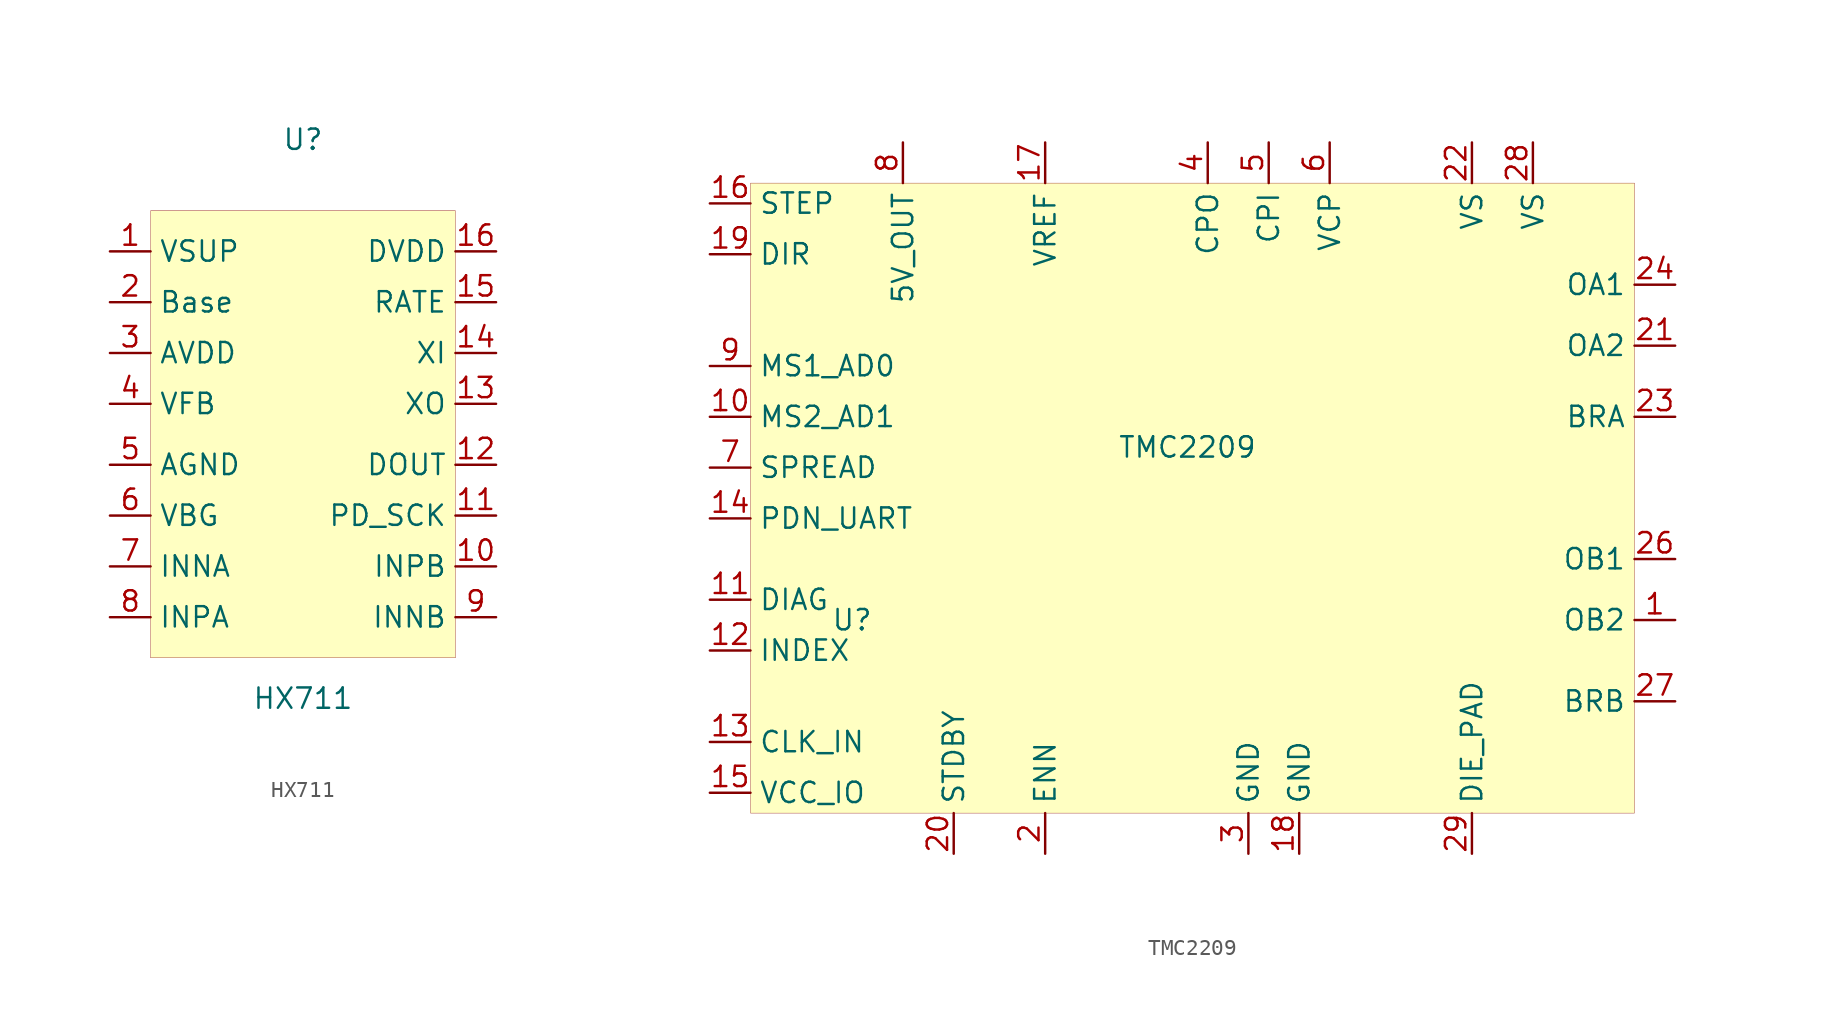
<source format=kicad_sym>
(kicad_symbol_lib
  (version 20201005)
  (generator kicad_symbol_editor)
  (symbol "Open-Switch-Tester-parts:HX711"
    (property "Reference" "U"
      (at 0 18.415 0)
      (effects (font (size 1.27 1.27))))
    (property "Value" "HX711"
      (at 0 -16.51 0)
      (effects (font (size 1.27 1.27))))
    (symbol "HX711_0_1"
      (rectangle (start -9.525 13.97) (end 9.525 -13.97) (stroke (width 0.001)) (fill (type background))))
    (symbol "HX711_1_1"
      (pin input line (at -12.065 11.43 0) (length 2.54) (name "VSUP" (effects (font (size 1.27 1.27)))) (number "1" (effects (font (size 1.27 1.27)))))
      (pin output line (at -12.065 8.255 0) (length 2.54) (name "Base" (effects (font (size 1.27 1.27)))) (number "2" (effects (font (size 1.27 1.27)))))
      (pin input line (at -12.065 5.08 0) (length 2.54) (name "AVDD" (effects (font (size 1.27 1.27)))) (number "3" (effects (font (size 1.27 1.27)))))
      (pin input line (at -12.065 1.905 0) (length 2.54) (name "VFB" (effects (font (size 1.27 1.27)))) (number "4" (effects (font (size 1.27 1.27)))))
      (pin input line (at -12.065 -1.905 0) (length 2.54) (name "AGND" (effects (font (size 1.27 1.27)))) (number "5" (effects (font (size 1.27 1.27)))))
      (pin input line (at -12.065 -5.08 0) (length 2.54) (name "VBG" (effects (font (size 1.27 1.27)))) (number "6" (effects (font (size 1.27 1.27)))))
      (pin input line (at -12.065 -8.255 0) (length 2.54) (name "INNA" (effects (font (size 1.27 1.27)))) (number "7" (effects (font (size 1.27 1.27)))))
      (pin input line (at -12.065 -11.43 0) (length 2.54) (name "INPA" (effects (font (size 1.27 1.27)))) (number "8" (effects (font (size 1.27 1.27)))))
      (pin input line (at 12.065 -11.43 180) (length 2.54) (name "INNB" (effects (font (size 1.27 1.27)))) (number "9" (effects (font (size 1.27 1.27)))))
      (pin input line (at 12.065 -8.255 180) (length 2.54) (name "INPB" (effects (font (size 1.27 1.27)))) (number "10" (effects (font (size 1.27 1.27)))))
      (pin output line (at 12.065 -5.08 180) (length 2.54) (name "PD_SCK" (effects (font (size 1.27 1.27)))) (number "11" (effects (font (size 1.27 1.27)))))
      (pin output line (at 12.065 -1.905 180) (length 2.54) (name "DOUT" (effects (font (size 1.27 1.27)))) (number "12" (effects (font (size 1.27 1.27)))))
      (pin output line (at 12.065 1.905 180) (length 2.54) (name "XO" (effects (font (size 1.27 1.27)))) (number "13" (effects (font (size 1.27 1.27)))))
      (pin output line (at 12.065 5.08 180) (length 2.54) (name "XI" (effects (font (size 1.27 1.27)))) (number "14" (effects (font (size 1.27 1.27)))))
      (pin input line (at 12.065 8.255 180) (length 2.54) (name "RATE" (effects (font (size 1.27 1.27)))) (number "15" (effects (font (size 1.27 1.27)))))
      (pin input line (at 12.065 11.43 180) (length 2.54) (name "DVDD" (effects (font (size 1.27 1.27)))) (number "16" (effects (font (size 1.27 1.27)))))))
  (symbol "Open-Switch-Tester-parts:TMC2209"
    (property "Reference" "U"
      (at -20.955 -8.255 0)
      (effects (font (size 1.27 1.27))))
    (property "Value" "TMC2209"
      (at 0 2.54 0)
      (effects (font (size 1.27 1.27))))
    (symbol "TMC2209_0_1"
      (rectangle (start -27.305 19.05) (end 27.94 -20.32) (stroke (width 0.001)) (fill (type background))))
    (symbol "TMC2209_1_1"
      (pin input line (at -29.845 17.78 0) (length 2.54) (name "STEP" (effects (font (size 1.27 1.27)))) (number "16" (effects (font (size 1.27 1.27)))))
      (pin input line (at -29.845 14.605 0) (length 2.54) (name "DIR" (effects (font (size 1.27 1.27)))) (number "19" (effects (font (size 1.27 1.27)))))
      (pin input line (at -29.845 7.62 0) (length 2.54) (name "MS1_AD0" (effects (font (size 1.27 1.27)))) (number "9" (effects (font (size 1.27 1.27)))))
      (pin input line (at -29.845 4.445 0) (length 2.54) (name "MS2_AD1" (effects (font (size 1.27 1.27)))) (number "10" (effects (font (size 1.27 1.27)))))
      (pin input line (at -29.845 1.27 0) (length 2.54) (name "SPREAD" (effects (font (size 1.27 1.27)))) (number "7" (effects (font (size 1.27 1.27)))))
      (pin input line (at -29.845 -1.905 0) (length 2.54) (name "PDN_UART" (effects (font (size 1.27 1.27)))) (number "14" (effects (font (size 1.27 1.27)))))
      (pin output line (at -29.845 -6.985 0) (length 2.54) (name "DIAG" (effects (font (size 1.27 1.27)))) (number "11" (effects (font (size 1.27 1.27)))))
      (pin output line (at -29.845 -10.16 0) (length 2.54) (name "INDEX" (effects (font (size 1.27 1.27)))) (number "12" (effects (font (size 1.27 1.27)))))
      (pin input line (at -29.845 -15.875 0) (length 2.54) (name "CLK_IN" (effects (font (size 1.27 1.27)))) (number "13" (effects (font (size 1.27 1.27)))))
      (pin input line (at -29.845 -19.05 0) (length 2.54) (name "VCC_IO" (effects (font (size 1.27 1.27)))) (number "15" (effects (font (size 1.27 1.27)))))
      (pin input line (at -14.605 -22.86 90) (length 2.54) (name "STDBY" (effects (font (size 1.27 1.27)))) (number "20" (effects (font (size 1.27 1.27)))))
      (pin input line (at -8.89 -22.86 90) (length 2.54) (name "ENN" (effects (font (size 1.27 1.27)))) (number "2" (effects (font (size 1.27 1.27)))))
      (pin input line (at 17.78 -22.86 90) (length 2.54) (name "DIE_PAD" (effects (font (size 1.27 1.27)))) (number "29" (effects (font (size 1.27 1.27)))))
      (pin input line (at 3.81 -22.86 90) (length 2.54) (name "GND" (effects (font (size 1.27 1.27)))) (number "3" (effects (font (size 1.27 1.27)))))
      (pin input line (at 6.985 -22.86 90) (length 2.54) (name "GND" (effects (font (size 1.27 1.27)))) (number "18" (effects (font (size 1.27 1.27)))))
      (pin input line (at 30.48 -13.335 180) (length 2.54) (name "BRB" (effects (font (size 1.27 1.27)))) (number "27" (effects (font (size 1.27 1.27)))))
      (pin input line (at 30.48 4.445 180) (length 2.54) (name "BRA" (effects (font (size 1.27 1.27)))) (number "23" (effects (font (size 1.27 1.27)))))
      (pin output line (at 30.48 -4.445 180) (length 2.54) (name "OB1" (effects (font (size 1.27 1.27)))) (number "26" (effects (font (size 1.27 1.27)))))
      (pin output line (at 30.48 12.7 180) (length 2.54) (name "OA1" (effects (font (size 1.27 1.27)))) (number "24" (effects (font (size 1.27 1.27)))))
      (pin output line (at 30.48 8.89 180) (length 2.54) (name "OA2" (effects (font (size 1.27 1.27)))) (number "21" (effects (font (size 1.27 1.27)))))
      (pin output line (at 30.48 -8.255 180) (length 2.54) (name "OB2" (effects (font (size 1.27 1.27)))) (number "1" (effects (font (size 1.27 1.27)))))
      (pin input line (at 17.78 21.59 270) (length 2.54) (name "VS" (effects (font (size 1.27 1.27)))) (number "22" (effects (font (size 1.27 1.27)))))
      (pin input line (at 21.59 21.59 270) (length 2.54) (name "VS" (effects (font (size 1.27 1.27)))) (number "28" (effects (font (size 1.27 1.27)))))
      (pin input line (at 8.89 21.59 270) (length 2.54) (name "VCP" (effects (font (size 1.27 1.27)))) (number "6" (effects (font (size 1.27 1.27)))))
      (pin input line (at 5.08 21.59 270) (length 2.54) (name "CPI" (effects (font (size 1.27 1.27)))) (number "5" (effects (font (size 1.27 1.27)))))
      (pin input line (at 1.27 21.59 270) (length 2.54) (name "CPO" (effects (font (size 1.27 1.27)))) (number "4" (effects (font (size 1.27 1.27)))))
      (pin input line (at -8.89 21.59 270) (length 2.54) (name "VREF" (effects (font (size 1.27 1.27)))) (number "17" (effects (font (size 1.27 1.27)))))
      (pin output line (at -17.78 21.59 270) (length 2.54) (name "5V_OUT" (effects (font (size 1.27 1.27)))) (number "8" (effects (font (size 1.27 1.27))))))))
</source>
